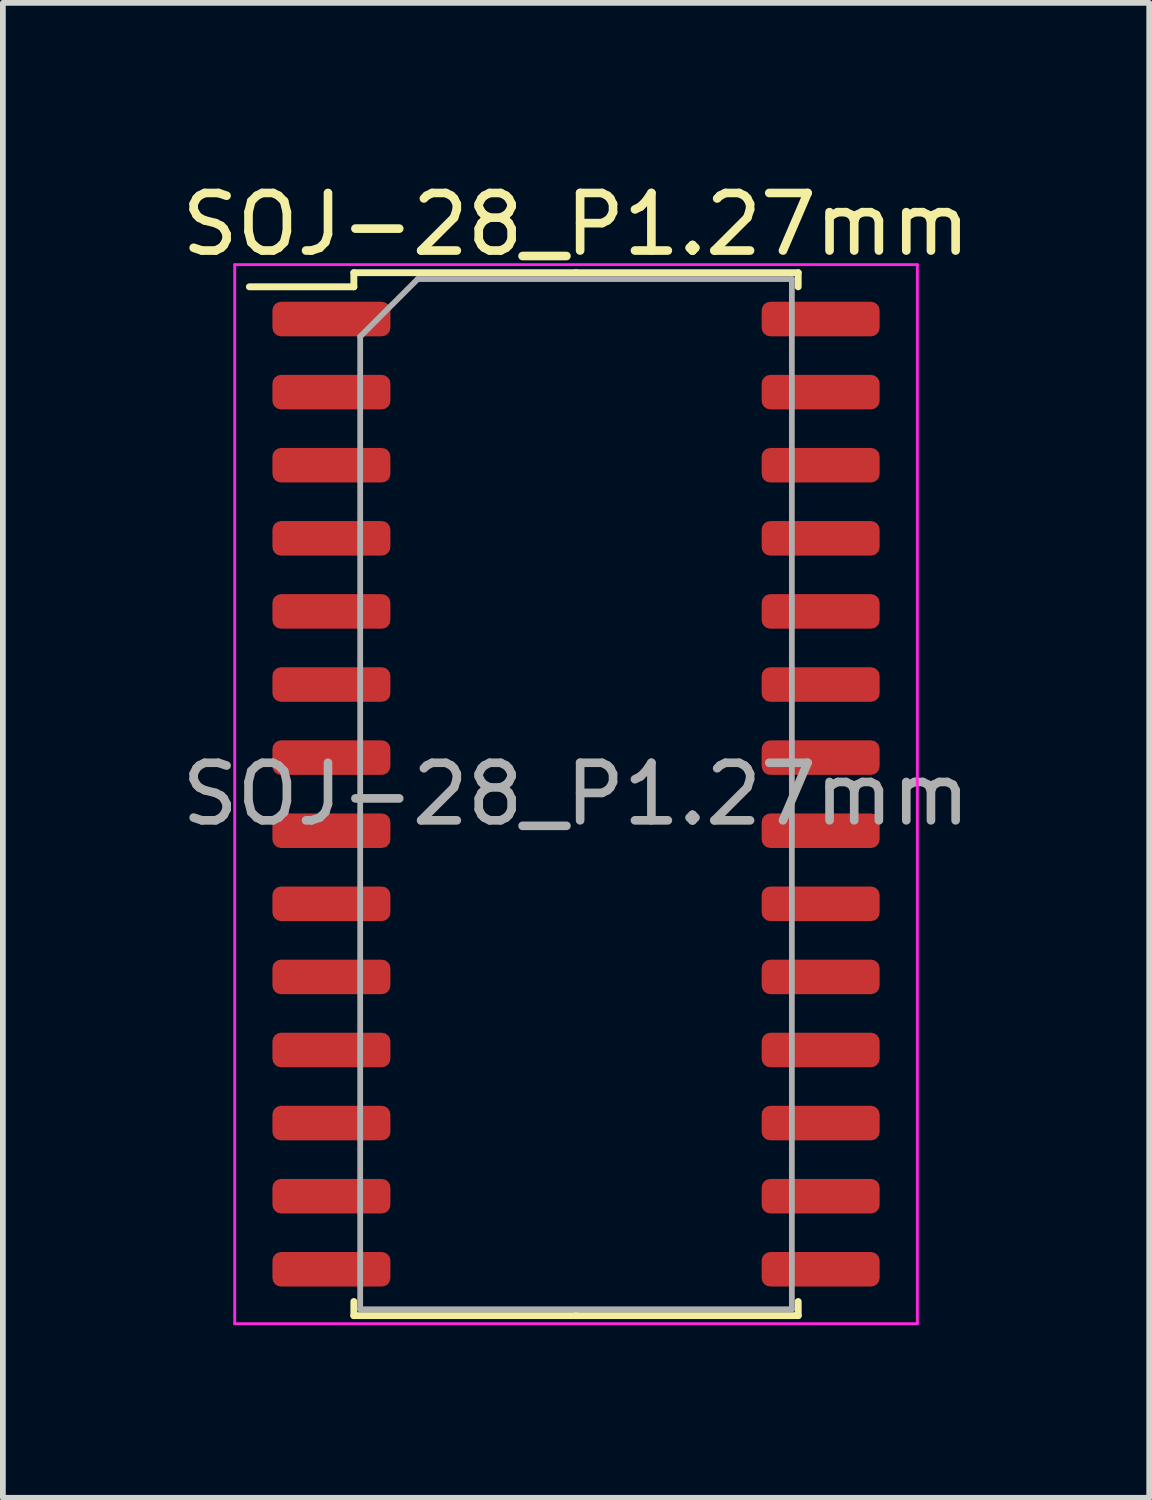
<source format=kicad_pcb>
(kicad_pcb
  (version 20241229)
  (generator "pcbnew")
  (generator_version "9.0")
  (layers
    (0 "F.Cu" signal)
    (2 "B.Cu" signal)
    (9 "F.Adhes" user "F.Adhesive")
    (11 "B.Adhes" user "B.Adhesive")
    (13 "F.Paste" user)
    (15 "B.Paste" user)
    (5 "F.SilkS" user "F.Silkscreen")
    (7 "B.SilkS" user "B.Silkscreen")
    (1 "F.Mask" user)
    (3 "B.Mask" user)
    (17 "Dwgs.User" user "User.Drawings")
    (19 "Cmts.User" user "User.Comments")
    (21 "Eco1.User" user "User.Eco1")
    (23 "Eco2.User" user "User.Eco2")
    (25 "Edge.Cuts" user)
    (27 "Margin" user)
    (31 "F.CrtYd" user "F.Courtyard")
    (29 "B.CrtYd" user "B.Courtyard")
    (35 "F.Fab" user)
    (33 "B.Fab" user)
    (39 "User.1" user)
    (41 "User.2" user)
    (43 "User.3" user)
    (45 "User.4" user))
  (footprint "SOJ-28_P1.27mm"
    (layer "F.Cu")
    (at 6.958 10.748)
    (property "Reference" "SOJ-28_P1.27mm" (at 0 -9.9 0) (layer "F.SilkS") (effects (font (size 1 1) (thickness 0.15))))
    (attr smd)
    (fp_line (start -3.86 -9.06) (end -3.86 -8.815) (stroke (width 0.12) (type solid)) (layer "F.SilkS"))
    (fp_line (start -3.86 -8.815) (end -5.675 -8.815) (stroke (width 0.12) (type solid)) (layer "F.SilkS"))
    (fp_line (start -3.86 9.06) (end -3.86 8.815) (stroke (width 0.12) (type solid)) (layer "F.SilkS"))
    (fp_line (start 0 -9.06) (end -3.86 -9.06) (stroke (width 0.12) (type solid)) (layer "F.SilkS"))
    (fp_line (start 0 -9.06) (end 3.86 -9.06) (stroke (width 0.12) (type solid)) (layer "F.SilkS"))
    (fp_line (start 0 9.06) (end -3.86 9.06) (stroke (width 0.12) (type solid)) (layer "F.SilkS"))
    (fp_line (start 0 9.06) (end 3.86 9.06) (stroke (width 0.12) (type solid)) (layer "F.SilkS"))
    (fp_line (start 3.86 -9.06) (end 3.86 -8.815) (stroke (width 0.12) (type solid)) (layer "F.SilkS"))
    (fp_line (start 3.86 9.06) (end 3.86 8.815) (stroke (width 0.12) (type solid)) (layer "F.SilkS"))
    (fp_line (start -5.93 -9.2) (end -5.93 9.2) (stroke (width 0.05) (type solid)) (layer "F.CrtYd"))
    (fp_line (start -5.93 9.2) (end 5.93 9.2) (stroke (width 0.05) (type solid)) (layer "F.CrtYd"))
    (fp_line (start 5.93 -9.2) (end -5.93 -9.2) (stroke (width 0.05) (type solid)) (layer "F.CrtYd"))
    (fp_line (start 5.93 9.2) (end 5.93 -9.2) (stroke (width 0.05) (type solid)) (layer "F.CrtYd"))
    (fp_line (start -3.75 -7.95) (end -2.75 -8.95) (stroke (width 0.1) (type solid)) (layer "F.Fab"))
    (fp_line (start -3.75 8.95) (end -3.75 -7.95) (stroke (width 0.1) (type solid)) (layer "F.Fab"))
    (fp_line (start -2.75 -8.95) (end 3.75 -8.95) (stroke (width 0.1) (type solid)) (layer "F.Fab"))
    (fp_line (start 3.75 -8.95) (end 3.75 8.95) (stroke (width 0.1) (type solid)) (layer "F.Fab"))
    (fp_line (start 3.75 8.95) (end -3.75 8.95) (stroke (width 0.1) (type solid)) (layer "F.Fab"))
    (fp_text user "${REFERENCE}" (at 0 0 0) (layer "F.Fab") (effects (font (size 1 1) (thickness 0.15))))
    (pad "1" smd roundrect (at -4.25 -8.255) (size 2.05 0.6) (layers "F.Cu" "F.Mask" "F.Paste") (roundrect_rratio 0.25))
    (pad "2" smd roundrect (at -4.25 -6.985) (size 2.05 0.6) (layers "F.Cu" "F.Mask" "F.Paste") (roundrect_rratio 0.25))
    (pad "3" smd roundrect (at -4.25 -5.715) (size 2.05 0.6) (layers "F.Cu" "F.Mask" "F.Paste") (roundrect_rratio 0.25))
    (pad "4" smd roundrect (at -4.25 -4.445) (size 2.05 0.6) (layers "F.Cu" "F.Mask" "F.Paste") (roundrect_rratio 0.25))
    (pad "5" smd roundrect (at -4.25 -3.175) (size 2.05 0.6) (layers "F.Cu" "F.Mask" "F.Paste") (roundrect_rratio 0.25))
    (pad "6" smd roundrect (at -4.25 -1.905) (size 2.05 0.6) (layers "F.Cu" "F.Mask" "F.Paste") (roundrect_rratio 0.25))
    (pad "7" smd roundrect (at -4.25 -0.635) (size 2.05 0.6) (layers "F.Cu" "F.Mask" "F.Paste") (roundrect_rratio 0.25))
    (pad "8" smd roundrect (at -4.25 0.635) (size 2.05 0.6) (layers "F.Cu" "F.Mask" "F.Paste") (roundrect_rratio 0.25))
    (pad "9" smd roundrect (at -4.25 1.905) (size 2.05 0.6) (layers "F.Cu" "F.Mask" "F.Paste") (roundrect_rratio 0.25))
    (pad "10" smd roundrect (at -4.25 3.175) (size 2.05 0.6) (layers "F.Cu" "F.Mask" "F.Paste") (roundrect_rratio 0.25))
    (pad "11" smd roundrect (at -4.25 4.445) (size 2.05 0.6) (layers "F.Cu" "F.Mask" "F.Paste") (roundrect_rratio 0.25))
    (pad "12" smd roundrect (at -4.25 5.715) (size 2.05 0.6) (layers "F.Cu" "F.Mask" "F.Paste") (roundrect_rratio 0.25))
    (pad "13" smd roundrect (at -4.25 6.985) (size 2.05 0.6) (layers "F.Cu" "F.Mask" "F.Paste") (roundrect_rratio 0.25))
    (pad "14" smd roundrect (at -4.25 8.255) (size 2.05 0.6) (layers "F.Cu" "F.Mask" "F.Paste") (roundrect_rratio 0.25))
    (pad "15" smd roundrect (at 4.25 8.255) (size 2.05 0.6) (layers "F.Cu" "F.Mask" "F.Paste") (roundrect_rratio 0.25))
    (pad "16" smd roundrect (at 4.25 6.985) (size 2.05 0.6) (layers "F.Cu" "F.Mask" "F.Paste") (roundrect_rratio 0.25))
    (pad "17" smd roundrect (at 4.25 5.715) (size 2.05 0.6) (layers "F.Cu" "F.Mask" "F.Paste") (roundrect_rratio 0.25))
    (pad "18" smd roundrect (at 4.25 4.445) (size 2.05 0.6) (layers "F.Cu" "F.Mask" "F.Paste") (roundrect_rratio 0.25))
    (pad "19" smd roundrect (at 4.25 3.175) (size 2.05 0.6) (layers "F.Cu" "F.Mask" "F.Paste") (roundrect_rratio 0.25))
    (pad "20" smd roundrect (at 4.25 1.905) (size 2.05 0.6) (layers "F.Cu" "F.Mask" "F.Paste") (roundrect_rratio 0.25))
    (pad "21" smd roundrect (at 4.25 0.635) (size 2.05 0.6) (layers "F.Cu" "F.Mask" "F.Paste") (roundrect_rratio 0.25))
    (pad "22" smd roundrect (at 4.25 -0.635) (size 2.05 0.6) (layers "F.Cu" "F.Mask" "F.Paste") (roundrect_rratio 0.25))
    (pad "23" smd roundrect (at 4.25 -1.905) (size 2.05 0.6) (layers "F.Cu" "F.Mask" "F.Paste") (roundrect_rratio 0.25))
    (pad "24" smd roundrect (at 4.25 -3.175) (size 2.05 0.6) (layers "F.Cu" "F.Mask" "F.Paste") (roundrect_rratio 0.25))
    (pad "25" smd roundrect (at 4.25 -4.445) (size 2.05 0.6) (layers "F.Cu" "F.Mask" "F.Paste") (roundrect_rratio 0.25))
    (pad "26" smd roundrect (at 4.25 -5.715) (size 2.05 0.6) (layers "F.Cu" "F.Mask" "F.Paste") (roundrect_rratio 0.25))
    (pad "27" smd roundrect (at 4.25 -6.985) (size 2.05 0.6) (layers "F.Cu" "F.Mask" "F.Paste") (roundrect_rratio 0.25))
    (pad "28" smd roundrect (at 4.25 -8.255) (size 2.05 0.6) (layers "F.Cu" "F.Mask" "F.Paste") (roundrect_rratio 0.25)))
  (gr_rect
    (start -3 -3)
    (end 16.917 22.973)
    (stroke (width 0.1) (type default))
    (fill no)
    (layer "Edge.Cuts")))
</source>
